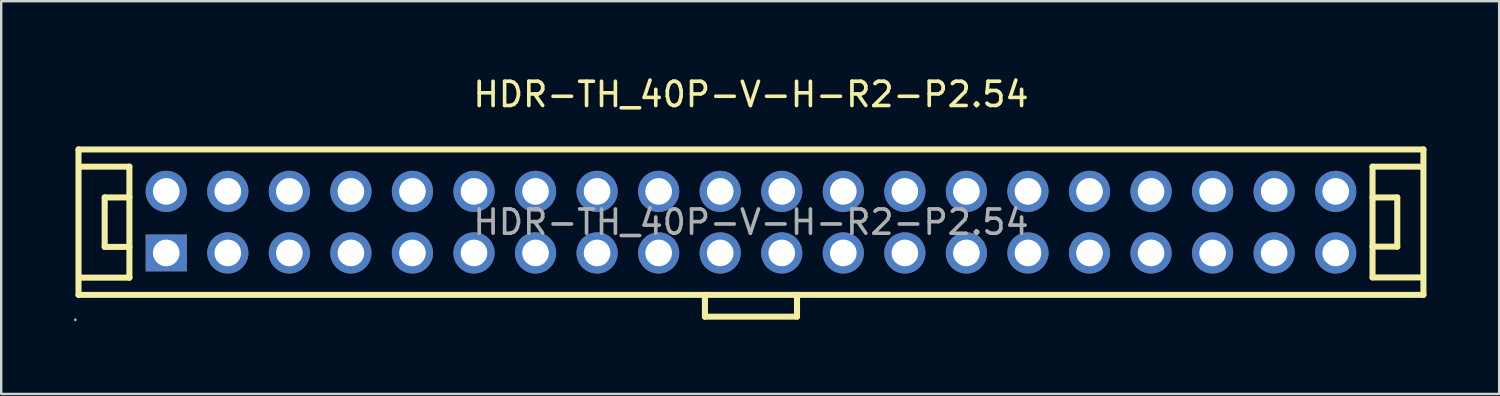
<source format=kicad_pcb>
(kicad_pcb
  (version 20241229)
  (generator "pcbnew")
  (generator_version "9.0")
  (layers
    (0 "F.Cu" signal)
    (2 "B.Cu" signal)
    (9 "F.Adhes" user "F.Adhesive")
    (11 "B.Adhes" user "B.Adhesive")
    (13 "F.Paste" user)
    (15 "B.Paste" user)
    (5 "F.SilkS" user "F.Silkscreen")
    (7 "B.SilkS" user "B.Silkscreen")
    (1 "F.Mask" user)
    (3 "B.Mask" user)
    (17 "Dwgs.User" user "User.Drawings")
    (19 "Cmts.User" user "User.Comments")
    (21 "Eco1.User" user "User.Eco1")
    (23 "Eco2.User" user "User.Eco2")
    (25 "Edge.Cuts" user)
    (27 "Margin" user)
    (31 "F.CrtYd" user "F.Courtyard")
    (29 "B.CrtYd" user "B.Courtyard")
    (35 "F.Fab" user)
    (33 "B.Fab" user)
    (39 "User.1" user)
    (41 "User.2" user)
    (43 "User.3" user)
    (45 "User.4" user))
  (footprint "HDR-TH_40P-V-H-R2-P2.54"
    (layer "F.Cu")
    (at 27.94 6.118)
    (property "Reference" "HDR-TH_40P-V-H-R2-P2.54" (at 0 -5.27 0) (layer "F.SilkS") (effects (font (size 1 1) (thickness 0.15))))
    (attr through_hole)
    (fp_line (start -27.75 -3) (end -27.75 3) (stroke (width 0.25) (type solid)) (layer "F.SilkS"))
    (fp_line (start -27.75 -3) (end 27.75 -3) (stroke (width 0.25) (type solid)) (layer "F.SilkS"))
    (fp_line (start -27.75 3) (end 27.75 3) (stroke (width 0.25) (type solid)) (layer "F.SilkS"))
    (fp_line (start -27.69 -2.29) (end -25.65 -2.29) (stroke (width 0.25) (type solid)) (layer "F.SilkS"))
    (fp_line (start -26.67 -1.02) (end -26.67 1.02) (stroke (width 0.25) (type solid)) (layer "F.SilkS"))
    (fp_line (start -26.67 1.02) (end -25.65 1.02) (stroke (width 0.25) (type solid)) (layer "F.SilkS"))
    (fp_line (start -25.65 -2.29) (end -25.65 2.29) (stroke (width 0.25) (type solid)) (layer "F.SilkS"))
    (fp_line (start -25.65 -1.02) (end -26.67 -1.02) (stroke (width 0.25) (type solid)) (layer "F.SilkS"))
    (fp_line (start -25.65 2.29) (end -27.69 2.29) (stroke (width 0.25) (type solid)) (layer "F.SilkS"))
    (fp_line (start -1.9 3) (end -1.9 3.9) (stroke (width 0.25) (type solid)) (layer "F.SilkS"))
    (fp_line (start 1.9 3) (end 1.9 3.9) (stroke (width 0.25) (type solid)) (layer "F.SilkS"))
    (fp_line (start 1.9 3.9) (end -1.9 3.9) (stroke (width 0.25) (type solid)) (layer "F.SilkS"))
    (fp_line (start 25.65 -2.29) (end 25.65 2.28) (stroke (width 0.25) (type solid)) (layer "F.SilkS"))
    (fp_line (start 25.65 -1.02) (end 26.67 -1.02) (stroke (width 0.25) (type solid)) (layer "F.SilkS"))
    (fp_line (start 25.65 2.28) (end 27.68 2.28) (stroke (width 0.25) (type solid)) (layer "F.SilkS"))
    (fp_line (start 26.67 -1.02) (end 26.67 1.01) (stroke (width 0.25) (type solid)) (layer "F.SilkS"))
    (fp_line (start 26.67 1.01) (end 25.65 1.01) (stroke (width 0.25) (type solid)) (layer "F.SilkS"))
    (fp_line (start 27.68 -2.29) (end 25.65 -2.29) (stroke (width 0.25) (type solid)) (layer "F.SilkS"))
    (fp_line (start 27.75 -3) (end 27.75 3) (stroke (width 0.25) (type solid)) (layer "F.SilkS"))
    (fp_circle (center -27.88 4.03) (end -27.85 4.03) (stroke (width 0.06) (type solid)) (fill no) (layer "F.Fab"))
    (fp_circle (center -24.13 -1.27) (end -23.9 -1.27) (stroke (width 0.45) (type solid)) (fill no) (layer "F.Fab"))
    (fp_circle (center -24.13 1.27) (end -23.9 1.27) (stroke (width 0.45) (type solid)) (fill no) (layer "F.Fab"))
    (fp_circle (center -21.59 -1.27) (end -21.36 -1.27) (stroke (width 0.45) (type solid)) (fill no) (layer "F.Fab"))
    (fp_circle (center -21.59 1.27) (end -21.36 1.27) (stroke (width 0.45) (type solid)) (fill no) (layer "F.Fab"))
    (fp_circle (center -19.05 -1.27) (end -18.82 -1.27) (stroke (width 0.45) (type solid)) (fill no) (layer "F.Fab"))
    (fp_circle (center -19.05 1.27) (end -18.82 1.27) (stroke (width 0.45) (type solid)) (fill no) (layer "F.Fab"))
    (fp_circle (center -16.51 -1.27) (end -16.28 -1.27) (stroke (width 0.45) (type solid)) (fill no) (layer "F.Fab"))
    (fp_circle (center -16.51 1.27) (end -16.28 1.27) (stroke (width 0.45) (type solid)) (fill no) (layer "F.Fab"))
    (fp_circle (center -13.97 -1.27) (end -13.74 -1.27) (stroke (width 0.45) (type solid)) (fill no) (layer "F.Fab"))
    (fp_circle (center -13.97 1.27) (end -13.74 1.27) (stroke (width 0.45) (type solid)) (fill no) (layer "F.Fab"))
    (fp_circle (center -11.43 -1.27) (end -11.2 -1.27) (stroke (width 0.45) (type solid)) (fill no) (layer "F.Fab"))
    (fp_circle (center -11.43 1.27) (end -11.2 1.27) (stroke (width 0.45) (type solid)) (fill no) (layer "F.Fab"))
    (fp_circle (center -8.89 -1.27) (end -8.66 -1.27) (stroke (width 0.45) (type solid)) (fill no) (layer "F.Fab"))
    (fp_circle (center -8.89 1.27) (end -8.66 1.27) (stroke (width 0.45) (type solid)) (fill no) (layer "F.Fab"))
    (fp_circle (center -6.35 -1.27) (end -6.12 -1.27) (stroke (width 0.45) (type solid)) (fill no) (layer "F.Fab"))
    (fp_circle (center -6.35 1.27) (end -6.12 1.27) (stroke (width 0.45) (type solid)) (fill no) (layer "F.Fab"))
    (fp_circle (center -3.81 -1.27) (end -3.58 -1.27) (stroke (width 0.45) (type solid)) (fill no) (layer "F.Fab"))
    (fp_circle (center -3.81 1.27) (end -3.58 1.27) (stroke (width 0.45) (type solid)) (fill no) (layer "F.Fab"))
    (fp_circle (center -1.27 -1.27) (end -1.04 -1.27) (stroke (width 0.45) (type solid)) (fill no) (layer "F.Fab"))
    (fp_circle (center -1.27 1.27) (end -1.04 1.27) (stroke (width 0.45) (type solid)) (fill no) (layer "F.Fab"))
    (fp_circle (center 1.27 -1.27) (end 1.5 -1.27) (stroke (width 0.45) (type solid)) (fill no) (layer "F.Fab"))
    (fp_circle (center 1.27 1.27) (end 1.5 1.27) (stroke (width 0.45) (type solid)) (fill no) (layer "F.Fab"))
    (fp_circle (center 3.81 -1.27) (end 4.04 -1.27) (stroke (width 0.45) (type solid)) (fill no) (layer "F.Fab"))
    (fp_circle (center 3.81 1.27) (end 4.04 1.27) (stroke (width 0.45) (type solid)) (fill no) (layer "F.Fab"))
    (fp_circle (center 6.35 -1.27) (end 6.58 -1.27) (stroke (width 0.45) (type solid)) (fill no) (layer "F.Fab"))
    (fp_circle (center 6.35 1.27) (end 6.58 1.27) (stroke (width 0.45) (type solid)) (fill no) (layer "F.Fab"))
    (fp_circle (center 8.89 -1.27) (end 9.12 -1.27) (stroke (width 0.45) (type solid)) (fill no) (layer "F.Fab"))
    (fp_circle (center 8.89 1.27) (end 9.12 1.27) (stroke (width 0.45) (type solid)) (fill no) (layer "F.Fab"))
    (fp_circle (center 11.43 -1.27) (end 11.66 -1.27) (stroke (width 0.45) (type solid)) (fill no) (layer "F.Fab"))
    (fp_circle (center 11.43 1.27) (end 11.66 1.27) (stroke (width 0.45) (type solid)) (fill no) (layer "F.Fab"))
    (fp_circle (center 13.97 -1.27) (end 14.2 -1.27) (stroke (width 0.45) (type solid)) (fill no) (layer "F.Fab"))
    (fp_circle (center 13.97 1.27) (end 14.2 1.27) (stroke (width 0.45) (type solid)) (fill no) (layer "F.Fab"))
    (fp_circle (center 16.51 -1.27) (end 16.74 -1.27) (stroke (width 0.45) (type solid)) (fill no) (layer "F.Fab"))
    (fp_circle (center 16.51 1.27) (end 16.74 1.27) (stroke (width 0.45) (type solid)) (fill no) (layer "F.Fab"))
    (fp_circle (center 19.05 -1.27) (end 19.28 -1.27) (stroke (width 0.45) (type solid)) (fill no) (layer "F.Fab"))
    (fp_circle (center 19.05 1.27) (end 19.28 1.27) (stroke (width 0.45) (type solid)) (fill no) (layer "F.Fab"))
    (fp_circle (center 21.59 -1.27) (end 21.82 -1.27) (stroke (width 0.45) (type solid)) (fill no) (layer "F.Fab"))
    (fp_circle (center 21.59 1.27) (end 21.82 1.27) (stroke (width 0.45) (type solid)) (fill no) (layer "F.Fab"))
    (fp_circle (center 24.13 -1.27) (end 24.36 -1.27) (stroke (width 0.45) (type solid)) (fill no) (layer "F.Fab"))
    (fp_circle (center 24.13 1.27) (end 24.36 1.27) (stroke (width 0.45) (type solid)) (fill no) (layer "F.Fab"))
    (fp_text user "${REFERENCE}" (at 0 0 0) (layer "F.Fab") (effects (font (size 1 1) (thickness 0.15))))
    (pad "1" thru_hole rect (at -24.13 1.27) (size 1.7 1.52) (drill 1.1) (layers "*.Cu" "*.Paste" "*.Mask"))
    (pad "2" thru_hole circle (at -24.13 -1.27) (size 1.7 1.7) (drill 1.1) (layers "*.Cu" "*.Paste" "*.Mask"))
    (pad "3" thru_hole circle (at -21.59 1.27) (size 1.7 1.7) (drill 1.1) (layers "*.Cu" "*.Paste" "*.Mask"))
    (pad "4" thru_hole circle (at -21.59 -1.27) (size 1.7 1.7) (drill 1.1) (layers "*.Cu" "*.Paste" "*.Mask"))
    (pad "5" thru_hole circle (at -19.05 1.27) (size 1.7 1.7) (drill 1.1) (layers "*.Cu" "*.Paste" "*.Mask"))
    (pad "6" thru_hole circle (at -19.05 -1.27) (size 1.7 1.7) (drill 1.1) (layers "*.Cu" "*.Paste" "*.Mask"))
    (pad "7" thru_hole circle (at -16.51 1.27) (size 1.7 1.7) (drill 1.1) (layers "*.Cu" "*.Paste" "*.Mask"))
    (pad "8" thru_hole circle (at -16.51 -1.27) (size 1.7 1.7) (drill 1.1) (layers "*.Cu" "*.Paste" "*.Mask"))
    (pad "9" thru_hole circle (at -13.97 1.27) (size 1.7 1.7) (drill 1.1) (layers "*.Cu" "*.Paste" "*.Mask"))
    (pad "10" thru_hole circle (at -13.97 -1.27) (size 1.7 1.7) (drill 1.1) (layers "*.Cu" "*.Paste" "*.Mask"))
    (pad "11" thru_hole circle (at -11.43 1.27) (size 1.7 1.7) (drill 1.1) (layers "*.Cu" "*.Paste" "*.Mask"))
    (pad "12" thru_hole circle (at -11.43 -1.27) (size 1.7 1.7) (drill 1.1) (layers "*.Cu" "*.Paste" "*.Mask"))
    (pad "13" thru_hole circle (at -8.89 1.27) (size 1.7 1.7) (drill 1.1) (layers "*.Cu" "*.Paste" "*.Mask"))
    (pad "14" thru_hole circle (at -8.89 -1.27) (size 1.7 1.7) (drill 1.1) (layers "*.Cu" "*.Paste" "*.Mask"))
    (pad "15" thru_hole circle (at -6.35 1.27) (size 1.7 1.7) (drill 1.1) (layers "*.Cu" "*.Paste" "*.Mask"))
    (pad "16" thru_hole circle (at -6.35 -1.27) (size 1.7 1.7) (drill 1.1) (layers "*.Cu" "*.Paste" "*.Mask"))
    (pad "17" thru_hole circle (at -3.81 1.27) (size 1.7 1.7) (drill 1.1) (layers "*.Cu" "*.Paste" "*.Mask"))
    (pad "18" thru_hole circle (at -3.81 -1.27) (size 1.7 1.7) (drill 1.1) (layers "*.Cu" "*.Paste" "*.Mask"))
    (pad "19" thru_hole circle (at -1.27 1.27) (size 1.7 1.7) (drill 1.1) (layers "*.Cu" "*.Paste" "*.Mask"))
    (pad "20" thru_hole circle (at -1.27 -1.27) (size 1.7 1.7) (drill 1.1) (layers "*.Cu" "*.Paste" "*.Mask"))
    (pad "21" thru_hole circle (at 1.27 1.27) (size 1.7 1.7) (drill 1.1) (layers "*.Cu" "*.Paste" "*.Mask"))
    (pad "22" thru_hole circle (at 1.27 -1.27) (size 1.7 1.7) (drill 1.1) (layers "*.Cu" "*.Paste" "*.Mask"))
    (pad "23" thru_hole circle (at 3.81 1.27) (size 1.7 1.7) (drill 1.1) (layers "*.Cu" "*.Paste" "*.Mask"))
    (pad "24" thru_hole circle (at 3.81 -1.27) (size 1.7 1.7) (drill 1.1) (layers "*.Cu" "*.Paste" "*.Mask"))
    (pad "25" thru_hole circle (at 6.35 1.27) (size 1.7 1.7) (drill 1.1) (layers "*.Cu" "*.Paste" "*.Mask"))
    (pad "26" thru_hole circle (at 6.35 -1.27) (size 1.7 1.7) (drill 1.1) (layers "*.Cu" "*.Paste" "*.Mask"))
    (pad "27" thru_hole circle (at 8.89 1.27) (size 1.7 1.7) (drill 1.1) (layers "*.Cu" "*.Paste" "*.Mask"))
    (pad "28" thru_hole circle (at 8.89 -1.27) (size 1.7 1.7) (drill 1.1) (layers "*.Cu" "*.Paste" "*.Mask"))
    (pad "29" thru_hole circle (at 11.43 1.27) (size 1.7 1.7) (drill 1.1) (layers "*.Cu" "*.Paste" "*.Mask"))
    (pad "30" thru_hole circle (at 11.43 -1.27) (size 1.7 1.7) (drill 1.1) (layers "*.Cu" "*.Paste" "*.Mask"))
    (pad "31" thru_hole circle (at 13.97 1.27) (size 1.7 1.7) (drill 1.1) (layers "*.Cu" "*.Paste" "*.Mask"))
    (pad "32" thru_hole circle (at 13.97 -1.27) (size 1.7 1.7) (drill 1.1) (layers "*.Cu" "*.Paste" "*.Mask"))
    (pad "33" thru_hole circle (at 16.51 1.27) (size 1.7 1.7) (drill 1.1) (layers "*.Cu" "*.Paste" "*.Mask"))
    (pad "34" thru_hole circle (at 16.51 -1.27) (size 1.7 1.7) (drill 1.1) (layers "*.Cu" "*.Paste" "*.Mask"))
    (pad "35" thru_hole circle (at 19.05 1.27) (size 1.7 1.7) (drill 1.1) (layers "*.Cu" "*.Paste" "*.Mask"))
    (pad "36" thru_hole circle (at 19.05 -1.27) (size 1.7 1.7) (drill 1.1) (layers "*.Cu" "*.Paste" "*.Mask"))
    (pad "37" thru_hole circle (at 21.59 1.27) (size 1.7 1.7) (drill 1.1) (layers "*.Cu" "*.Paste" "*.Mask"))
    (pad "38" thru_hole circle (at 21.59 -1.27) (size 1.7 1.7) (drill 1.1) (layers "*.Cu" "*.Paste" "*.Mask"))
    (pad "39" thru_hole circle (at 24.13 1.27) (size 1.7 1.7) (drill 1.1) (layers "*.Cu" "*.Paste" "*.Mask"))
    (pad "40" thru_hole circle (at 24.13 -1.27) (size 1.7 1.7) (drill 1.1) (layers "*.Cu" "*.Paste" "*.Mask")))
  (gr_rect
    (start -3 -3)
    (end 58.815 13.208)
    (stroke (width 0.1) (type default))
    (fill no)
    (layer "Edge.Cuts")))
</source>
